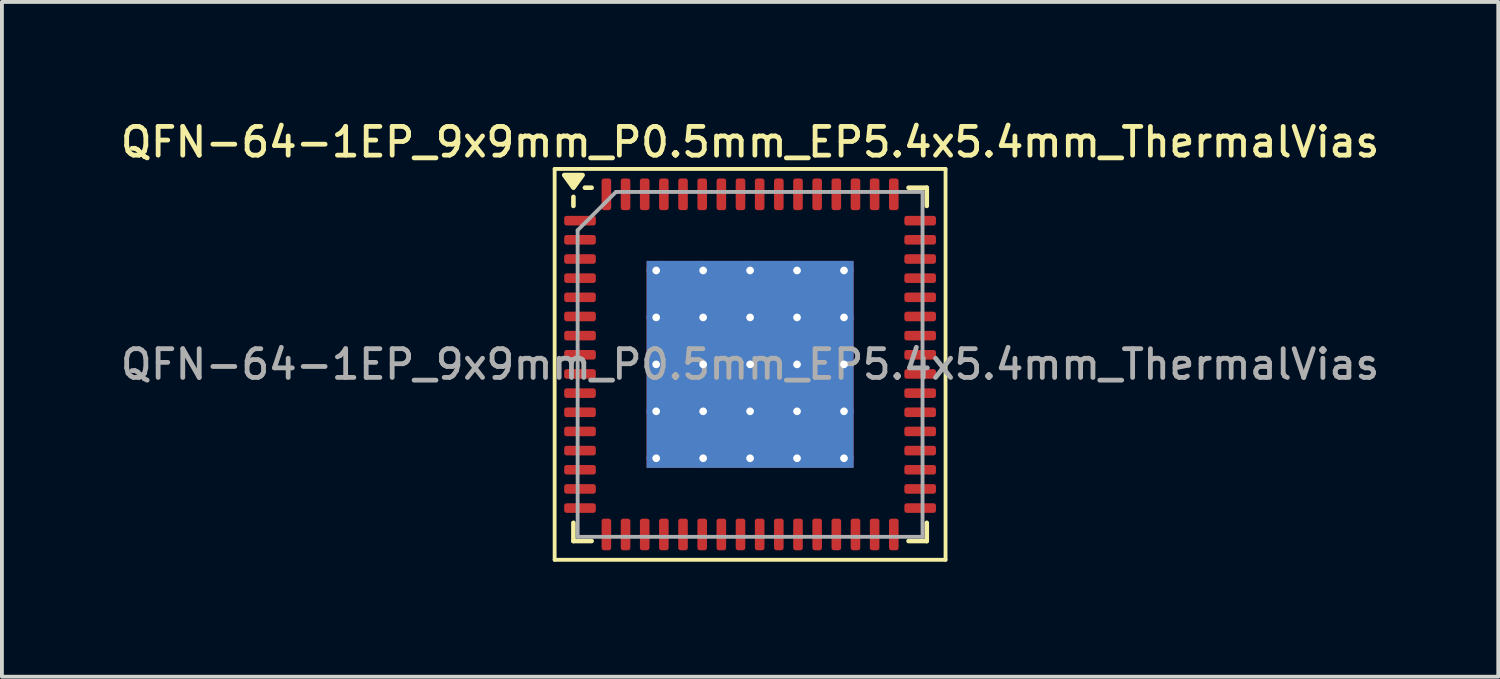
<source format=kicad_pcb>
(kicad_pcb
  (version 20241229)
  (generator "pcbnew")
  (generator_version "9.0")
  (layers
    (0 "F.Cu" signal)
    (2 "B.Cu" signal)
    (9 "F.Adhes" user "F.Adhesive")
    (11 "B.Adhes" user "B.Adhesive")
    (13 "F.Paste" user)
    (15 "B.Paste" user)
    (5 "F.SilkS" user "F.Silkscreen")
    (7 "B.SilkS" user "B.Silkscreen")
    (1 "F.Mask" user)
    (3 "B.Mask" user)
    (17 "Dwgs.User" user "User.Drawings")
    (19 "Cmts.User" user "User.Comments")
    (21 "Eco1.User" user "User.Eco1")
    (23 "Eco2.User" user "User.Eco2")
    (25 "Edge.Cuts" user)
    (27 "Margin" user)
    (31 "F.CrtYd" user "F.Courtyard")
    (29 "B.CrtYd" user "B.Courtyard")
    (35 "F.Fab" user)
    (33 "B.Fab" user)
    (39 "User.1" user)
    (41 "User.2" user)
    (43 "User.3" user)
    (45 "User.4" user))
  (footprint "QFN-64-1EP_9x9mm_P0.5mm_EP5.4x5.4mm_ThermalVias"
    (layer "F.Cu")
    (at 16.523 6.458)
    (property "Reference" "QFN-64-1EP_9x9mm_P0.5mm_EP5.4x5.4mm_ThermalVias" (at 0 -5.8 0) (layer "F.SilkS") (effects (font (size 0.75 0.75) (thickness 0.125))))
    (attr smd)
    (fp_line (start -5.1 -5.1) (end -5.1 5.1) (stroke (width 0.1) (type solid)) (layer "F.SilkS"))
    (fp_line (start -5.1 5.1) (end 5.1 5.1) (stroke (width 0.1) (type solid)) (layer "F.SilkS"))
    (fp_line (start -4.61 -4.135) (end -4.61 -4.37) (stroke (width 0.12) (type solid)) (layer "F.SilkS"))
    (fp_line (start -4.61 4.61) (end -4.61 4.135) (stroke (width 0.12) (type solid)) (layer "F.SilkS"))
    (fp_line (start -4.135 -4.61) (end -4.31 -4.61) (stroke (width 0.12) (type solid)) (layer "F.SilkS"))
    (fp_line (start -4.135 4.61) (end -4.61 4.61) (stroke (width 0.12) (type solid)) (layer "F.SilkS"))
    (fp_line (start 4.135 -4.61) (end 4.61 -4.61) (stroke (width 0.12) (type solid)) (layer "F.SilkS"))
    (fp_line (start 4.135 4.61) (end 4.61 4.61) (stroke (width 0.12) (type solid)) (layer "F.SilkS"))
    (fp_line (start 4.61 -4.61) (end 4.61 -4.135) (stroke (width 0.12) (type solid)) (layer "F.SilkS"))
    (fp_line (start 4.61 4.61) (end 4.61 4.135) (stroke (width 0.12) (type solid)) (layer "F.SilkS"))
    (fp_line (start 5.1 -5.1) (end -5.1 -5.1) (stroke (width 0.1) (type solid)) (layer "F.SilkS"))
    (fp_line (start 5.1 5.1) (end 5.1 -5.1) (stroke (width 0.1) (type solid)) (layer "F.SilkS"))
    (fp_poly (pts (xy -4.61 -4.61) (xy -4.85 -4.94) (xy -4.37 -4.94) (xy -4.61 -4.61)) (stroke (width 0.12) (type solid)) (fill yes) (layer "F.SilkS"))
    (fp_line (start -4.5 -3.5) (end -3.5 -4.5) (stroke (width 0.1) (type solid)) (layer "F.Fab"))
    (fp_line (start -4.5 4.5) (end -4.5 -3.5) (stroke (width 0.1) (type solid)) (layer "F.Fab"))
    (fp_line (start -3.5 -4.5) (end 4.5 -4.5) (stroke (width 0.1) (type solid)) (layer "F.Fab"))
    (fp_line (start 4.5 -4.5) (end 4.5 4.5) (stroke (width 0.1) (type solid)) (layer "F.Fab"))
    (fp_line (start 4.5 4.5) (end -4.5 4.5) (stroke (width 0.1) (type solid)) (layer "F.Fab"))
    (fp_text user "${REFERENCE}" (at 0 0 0) (layer "F.Fab") (effects (font (size 0.75 0.75) (thickness 0.125))))
    (pad "" smd roundrect (at -1.837 -1.837) (size 1.088 1.088) (layers "F.Paste") (roundrect_rratio 0.23))
    (pad "" smd roundrect (at -1.837 -0.613) (size 1.088 1.088) (layers "F.Paste") (roundrect_rratio 0.23))
    (pad "" smd roundrect (at -1.837 0.613) (size 1.088 1.088) (layers "F.Paste") (roundrect_rratio 0.23))
    (pad "" smd roundrect (at -1.837 1.837) (size 1.088 1.088) (layers "F.Paste") (roundrect_rratio 0.23))
    (pad "" smd roundrect (at -0.613 -1.837) (size 1.088 1.088) (layers "F.Paste") (roundrect_rratio 0.23))
    (pad "" smd roundrect (at -0.613 -0.613) (size 1.088 1.088) (layers "F.Paste") (roundrect_rratio 0.23))
    (pad "" smd roundrect (at -0.613 0.613) (size 1.088 1.088) (layers "F.Paste") (roundrect_rratio 0.23))
    (pad "" smd roundrect (at -0.613 1.837) (size 1.088 1.088) (layers "F.Paste") (roundrect_rratio 0.23))
    (pad "" smd roundrect (at 0.613 -1.837) (size 1.088 1.088) (layers "F.Paste") (roundrect_rratio 0.23))
    (pad "" smd roundrect (at 0.613 -0.613) (size 1.088 1.088) (layers "F.Paste") (roundrect_rratio 0.23))
    (pad "" smd roundrect (at 0.613 0.613) (size 1.088 1.088) (layers "F.Paste") (roundrect_rratio 0.23))
    (pad "" smd roundrect (at 0.613 1.837) (size 1.088 1.088) (layers "F.Paste") (roundrect_rratio 0.23))
    (pad "" smd roundrect (at 1.837 -1.837) (size 1.088 1.088) (layers "F.Paste") (roundrect_rratio 0.23))
    (pad "" smd roundrect (at 1.837 -0.613) (size 1.088 1.088) (layers "F.Paste") (roundrect_rratio 0.23))
    (pad "" smd roundrect (at 1.837 0.613) (size 1.088 1.088) (layers "F.Paste") (roundrect_rratio 0.23))
    (pad "" smd roundrect (at 1.837 1.837) (size 1.088 1.088) (layers "F.Paste") (roundrect_rratio 0.23))
    (pad "1" smd roundrect (at -4.438 -3.75) (size 0.825 0.25) (layers "F.Cu" "F.Mask" "F.Paste") (roundrect_rratio 0.25))
    (pad "2" smd roundrect (at -4.438 -3.25) (size 0.825 0.25) (layers "F.Cu" "F.Mask" "F.Paste") (roundrect_rratio 0.25))
    (pad "3" smd roundrect (at -4.438 -2.75) (size 0.825 0.25) (layers "F.Cu" "F.Mask" "F.Paste") (roundrect_rratio 0.25))
    (pad "4" smd roundrect (at -4.438 -2.25) (size 0.825 0.25) (layers "F.Cu" "F.Mask" "F.Paste") (roundrect_rratio 0.25))
    (pad "5" smd roundrect (at -4.438 -1.75) (size 0.825 0.25) (layers "F.Cu" "F.Mask" "F.Paste") (roundrect_rratio 0.25))
    (pad "6" smd roundrect (at -4.438 -1.25) (size 0.825 0.25) (layers "F.Cu" "F.Mask" "F.Paste") (roundrect_rratio 0.25))
    (pad "7" smd roundrect (at -4.438 -0.75) (size 0.825 0.25) (layers "F.Cu" "F.Mask" "F.Paste") (roundrect_rratio 0.25))
    (pad "8" smd roundrect (at -4.438 -0.25) (size 0.825 0.25) (layers "F.Cu" "F.Mask" "F.Paste") (roundrect_rratio 0.25))
    (pad "9" smd roundrect (at -4.438 0.25) (size 0.825 0.25) (layers "F.Cu" "F.Mask" "F.Paste") (roundrect_rratio 0.25))
    (pad "10" smd roundrect (at -4.438 0.75) (size 0.825 0.25) (layers "F.Cu" "F.Mask" "F.Paste") (roundrect_rratio 0.25))
    (pad "11" smd roundrect (at -4.438 1.25) (size 0.825 0.25) (layers "F.Cu" "F.Mask" "F.Paste") (roundrect_rratio 0.25))
    (pad "12" smd roundrect (at -4.438 1.75) (size 0.825 0.25) (layers "F.Cu" "F.Mask" "F.Paste") (roundrect_rratio 0.25))
    (pad "13" smd roundrect (at -4.438 2.25) (size 0.825 0.25) (layers "F.Cu" "F.Mask" "F.Paste") (roundrect_rratio 0.25))
    (pad "14" smd roundrect (at -4.438 2.75) (size 0.825 0.25) (layers "F.Cu" "F.Mask" "F.Paste") (roundrect_rratio 0.25))
    (pad "15" smd roundrect (at -4.438 3.25) (size 0.825 0.25) (layers "F.Cu" "F.Mask" "F.Paste") (roundrect_rratio 0.25))
    (pad "16" smd roundrect (at -4.438 3.75) (size 0.825 0.25) (layers "F.Cu" "F.Mask" "F.Paste") (roundrect_rratio 0.25))
    (pad "17" smd roundrect (at -3.75 4.438) (size 0.25 0.825) (layers "F.Cu" "F.Mask" "F.Paste") (roundrect_rratio 0.25))
    (pad "18" smd roundrect (at -3.25 4.438) (size 0.25 0.825) (layers "F.Cu" "F.Mask" "F.Paste") (roundrect_rratio 0.25))
    (pad "19" smd roundrect (at -2.75 4.438) (size 0.25 0.825) (layers "F.Cu" "F.Mask" "F.Paste") (roundrect_rratio 0.25))
    (pad "20" smd roundrect (at -2.25 4.438) (size 0.25 0.825) (layers "F.Cu" "F.Mask" "F.Paste") (roundrect_rratio 0.25))
    (pad "21" smd roundrect (at -1.75 4.438) (size 0.25 0.825) (layers "F.Cu" "F.Mask" "F.Paste") (roundrect_rratio 0.25))
    (pad "22" smd roundrect (at -1.25 4.438) (size 0.25 0.825) (layers "F.Cu" "F.Mask" "F.Paste") (roundrect_rratio 0.25))
    (pad "23" smd roundrect (at -0.75 4.438) (size 0.25 0.825) (layers "F.Cu" "F.Mask" "F.Paste") (roundrect_rratio 0.25))
    (pad "24" smd roundrect (at -0.25 4.438) (size 0.25 0.825) (layers "F.Cu" "F.Mask" "F.Paste") (roundrect_rratio 0.25))
    (pad "25" smd roundrect (at 0.25 4.438) (size 0.25 0.825) (layers "F.Cu" "F.Mask" "F.Paste") (roundrect_rratio 0.25))
    (pad "26" smd roundrect (at 0.75 4.438) (size 0.25 0.825) (layers "F.Cu" "F.Mask" "F.Paste") (roundrect_rratio 0.25))
    (pad "27" smd roundrect (at 1.25 4.438) (size 0.25 0.825) (layers "F.Cu" "F.Mask" "F.Paste") (roundrect_rratio 0.25))
    (pad "28" smd roundrect (at 1.75 4.438) (size 0.25 0.825) (layers "F.Cu" "F.Mask" "F.Paste") (roundrect_rratio 0.25))
    (pad "29" smd roundrect (at 2.25 4.438) (size 0.25 0.825) (layers "F.Cu" "F.Mask" "F.Paste") (roundrect_rratio 0.25))
    (pad "30" smd roundrect (at 2.75 4.438) (size 0.25 0.825) (layers "F.Cu" "F.Mask" "F.Paste") (roundrect_rratio 0.25))
    (pad "31" smd roundrect (at 3.25 4.438) (size 0.25 0.825) (layers "F.Cu" "F.Mask" "F.Paste") (roundrect_rratio 0.25))
    (pad "32" smd roundrect (at 3.75 4.438) (size 0.25 0.825) (layers "F.Cu" "F.Mask" "F.Paste") (roundrect_rratio 0.25))
    (pad "33" smd roundrect (at 4.438 3.75) (size 0.825 0.25) (layers "F.Cu" "F.Mask" "F.Paste") (roundrect_rratio 0.25))
    (pad "34" smd roundrect (at 4.438 3.25) (size 0.825 0.25) (layers "F.Cu" "F.Mask" "F.Paste") (roundrect_rratio 0.25))
    (pad "35" smd roundrect (at 4.438 2.75) (size 0.825 0.25) (layers "F.Cu" "F.Mask" "F.Paste") (roundrect_rratio 0.25))
    (pad "36" smd roundrect (at 4.438 2.25) (size 0.825 0.25) (layers "F.Cu" "F.Mask" "F.Paste") (roundrect_rratio 0.25))
    (pad "37" smd roundrect (at 4.438 1.75) (size 0.825 0.25) (layers "F.Cu" "F.Mask" "F.Paste") (roundrect_rratio 0.25))
    (pad "38" smd roundrect (at 4.438 1.25) (size 0.825 0.25) (layers "F.Cu" "F.Mask" "F.Paste") (roundrect_rratio 0.25))
    (pad "39" smd roundrect (at 4.438 0.75) (size 0.825 0.25) (layers "F.Cu" "F.Mask" "F.Paste") (roundrect_rratio 0.25))
    (pad "40" smd roundrect (at 4.438 0.25) (size 0.825 0.25) (layers "F.Cu" "F.Mask" "F.Paste") (roundrect_rratio 0.25))
    (pad "41" smd roundrect (at 4.438 -0.25) (size 0.825 0.25) (layers "F.Cu" "F.Mask" "F.Paste") (roundrect_rratio 0.25))
    (pad "42" smd roundrect (at 4.438 -0.75) (size 0.825 0.25) (layers "F.Cu" "F.Mask" "F.Paste") (roundrect_rratio 0.25))
    (pad "43" smd roundrect (at 4.438 -1.25) (size 0.825 0.25) (layers "F.Cu" "F.Mask" "F.Paste") (roundrect_rratio 0.25))
    (pad "44" smd roundrect (at 4.438 -1.75) (size 0.825 0.25) (layers "F.Cu" "F.Mask" "F.Paste") (roundrect_rratio 0.25))
    (pad "45" smd roundrect (at 4.438 -2.25) (size 0.825 0.25) (layers "F.Cu" "F.Mask" "F.Paste") (roundrect_rratio 0.25))
    (pad "46" smd roundrect (at 4.438 -2.75) (size 0.825 0.25) (layers "F.Cu" "F.Mask" "F.Paste") (roundrect_rratio 0.25))
    (pad "47" smd roundrect (at 4.438 -3.25) (size 0.825 0.25) (layers "F.Cu" "F.Mask" "F.Paste") (roundrect_rratio 0.25))
    (pad "48" smd roundrect (at 4.438 -3.75) (size 0.825 0.25) (layers "F.Cu" "F.Mask" "F.Paste") (roundrect_rratio 0.25))
    (pad "49" smd roundrect (at 3.75 -4.438) (size 0.25 0.825) (layers "F.Cu" "F.Mask" "F.Paste") (roundrect_rratio 0.25))
    (pad "50" smd roundrect (at 3.25 -4.438) (size 0.25 0.825) (layers "F.Cu" "F.Mask" "F.Paste") (roundrect_rratio 0.25))
    (pad "51" smd roundrect (at 2.75 -4.438) (size 0.25 0.825) (layers "F.Cu" "F.Mask" "F.Paste") (roundrect_rratio 0.25))
    (pad "52" smd roundrect (at 2.25 -4.438) (size 0.25 0.825) (layers "F.Cu" "F.Mask" "F.Paste") (roundrect_rratio 0.25))
    (pad "53" smd roundrect (at 1.75 -4.438) (size 0.25 0.825) (layers "F.Cu" "F.Mask" "F.Paste") (roundrect_rratio 0.25))
    (pad "54" smd roundrect (at 1.25 -4.438) (size 0.25 0.825) (layers "F.Cu" "F.Mask" "F.Paste") (roundrect_rratio 0.25))
    (pad "55" smd roundrect (at 0.75 -4.438) (size 0.25 0.825) (layers "F.Cu" "F.Mask" "F.Paste") (roundrect_rratio 0.25))
    (pad "56" smd roundrect (at 0.25 -4.438) (size 0.25 0.825) (layers "F.Cu" "F.Mask" "F.Paste") (roundrect_rratio 0.25))
    (pad "57" smd roundrect (at -0.25 -4.438) (size 0.25 0.825) (layers "F.Cu" "F.Mask" "F.Paste") (roundrect_rratio 0.25))
    (pad "58" smd roundrect (at -0.75 -4.438) (size 0.25 0.825) (layers "F.Cu" "F.Mask" "F.Paste") (roundrect_rratio 0.25))
    (pad "59" smd roundrect (at -1.25 -4.438) (size 0.25 0.825) (layers "F.Cu" "F.Mask" "F.Paste") (roundrect_rratio 0.25))
    (pad "60" smd roundrect (at -1.75 -4.438) (size 0.25 0.825) (layers "F.Cu" "F.Mask" "F.Paste") (roundrect_rratio 0.25))
    (pad "61" smd roundrect (at -2.25 -4.438) (size 0.25 0.825) (layers "F.Cu" "F.Mask" "F.Paste") (roundrect_rratio 0.25))
    (pad "62" smd roundrect (at -2.75 -4.438) (size 0.25 0.825) (layers "F.Cu" "F.Mask" "F.Paste") (roundrect_rratio 0.25))
    (pad "63" smd roundrect (at -3.25 -4.438) (size 0.25 0.825) (layers "F.Cu" "F.Mask" "F.Paste") (roundrect_rratio 0.25))
    (pad "64" smd roundrect (at -3.75 -4.438) (size 0.25 0.825) (layers "F.Cu" "F.Mask" "F.Paste") (roundrect_rratio 0.25))
    (pad "65" thru_hole circle (at -2.45 -2.45) (size 0.5 0.5) (drill 0.2) (property pad_prop_heatsink) (layers "*.Cu"))
    (pad "65" thru_hole circle (at -2.45 -1.225) (size 0.5 0.5) (drill 0.2) (property pad_prop_heatsink) (layers "*.Cu"))
    (pad "65" thru_hole circle (at -2.45 0) (size 0.5 0.5) (drill 0.2) (property pad_prop_heatsink) (layers "*.Cu"))
    (pad "65" thru_hole circle (at -2.45 1.225) (size 0.5 0.5) (drill 0.2) (property pad_prop_heatsink) (layers "*.Cu"))
    (pad "65" thru_hole circle (at -2.45 2.45) (size 0.5 0.5) (drill 0.2) (property pad_prop_heatsink) (layers "*.Cu"))
    (pad "65" thru_hole circle (at -1.225 -2.45) (size 0.5 0.5) (drill 0.2) (property pad_prop_heatsink) (layers "*.Cu"))
    (pad "65" thru_hole circle (at -1.225 -1.225) (size 0.5 0.5) (drill 0.2) (property pad_prop_heatsink) (layers "*.Cu"))
    (pad "65" thru_hole circle (at -1.225 0) (size 0.5 0.5) (drill 0.2) (property pad_prop_heatsink) (layers "*.Cu"))
    (pad "65" thru_hole circle (at -1.225 1.225) (size 0.5 0.5) (drill 0.2) (property pad_prop_heatsink) (layers "*.Cu"))
    (pad "65" thru_hole circle (at -1.225 2.45) (size 0.5 0.5) (drill 0.2) (property pad_prop_heatsink) (layers "*.Cu"))
    (pad "65" thru_hole circle (at 0 -2.45) (size 0.5 0.5) (drill 0.2) (property pad_prop_heatsink) (layers "*.Cu"))
    (pad "65" thru_hole circle (at 0 -1.225) (size 0.5 0.5) (drill 0.2) (property pad_prop_heatsink) (layers "*.Cu"))
    (pad "65" thru_hole circle (at 0 0) (size 0.5 0.5) (drill 0.2) (property pad_prop_heatsink) (layers "*.Cu"))
    (pad "65" smd rect (at 0 0) (size 5.4 5.4) (property pad_prop_heatsink) (layers "F.Cu" "F.Mask"))
    (pad "65" smd rect (at 0 0) (size 5.4 5.4) (property pad_prop_heatsink) (layers "B.Cu"))
    (pad "65" thru_hole circle (at 0 1.225) (size 0.5 0.5) (drill 0.2) (property pad_prop_heatsink) (layers "*.Cu"))
    (pad "65" thru_hole circle (at 0 2.45) (size 0.5 0.5) (drill 0.2) (property pad_prop_heatsink) (layers "*.Cu"))
    (pad "65" thru_hole circle (at 1.225 -2.45) (size 0.5 0.5) (drill 0.2) (property pad_prop_heatsink) (layers "*.Cu"))
    (pad "65" thru_hole circle (at 1.225 -1.225) (size 0.5 0.5) (drill 0.2) (property pad_prop_heatsink) (layers "*.Cu"))
    (pad "65" thru_hole circle (at 1.225 0) (size 0.5 0.5) (drill 0.2) (property pad_prop_heatsink) (layers "*.Cu"))
    (pad "65" thru_hole circle (at 1.225 1.225) (size 0.5 0.5) (drill 0.2) (property pad_prop_heatsink) (layers "*.Cu"))
    (pad "65" thru_hole circle (at 1.225 2.45) (size 0.5 0.5) (drill 0.2) (property pad_prop_heatsink) (layers "*.Cu"))
    (pad "65" thru_hole circle (at 2.45 -2.45) (size 0.5 0.5) (drill 0.2) (property pad_prop_heatsink) (layers "*.Cu"))
    (pad "65" thru_hole circle (at 2.45 -1.225) (size 0.5 0.5) (drill 0.2) (property pad_prop_heatsink) (layers "*.Cu"))
    (pad "65" thru_hole circle (at 2.45 0) (size 0.5 0.5) (drill 0.2) (property pad_prop_heatsink) (layers "*.Cu"))
    (pad "65" thru_hole circle (at 2.45 1.225) (size 0.5 0.5) (drill 0.2) (property pad_prop_heatsink) (layers "*.Cu"))
    (pad "65" thru_hole circle (at 2.45 2.45) (size 0.5 0.5) (drill 0.2) (property pad_prop_heatsink) (layers "*.Cu")))
  (gr_rect
    (start -3 -3)
    (end 36.046 14.608)
    (stroke (width 0.1) (type default))
    (fill no)
    (layer "Edge.Cuts")))
</source>
